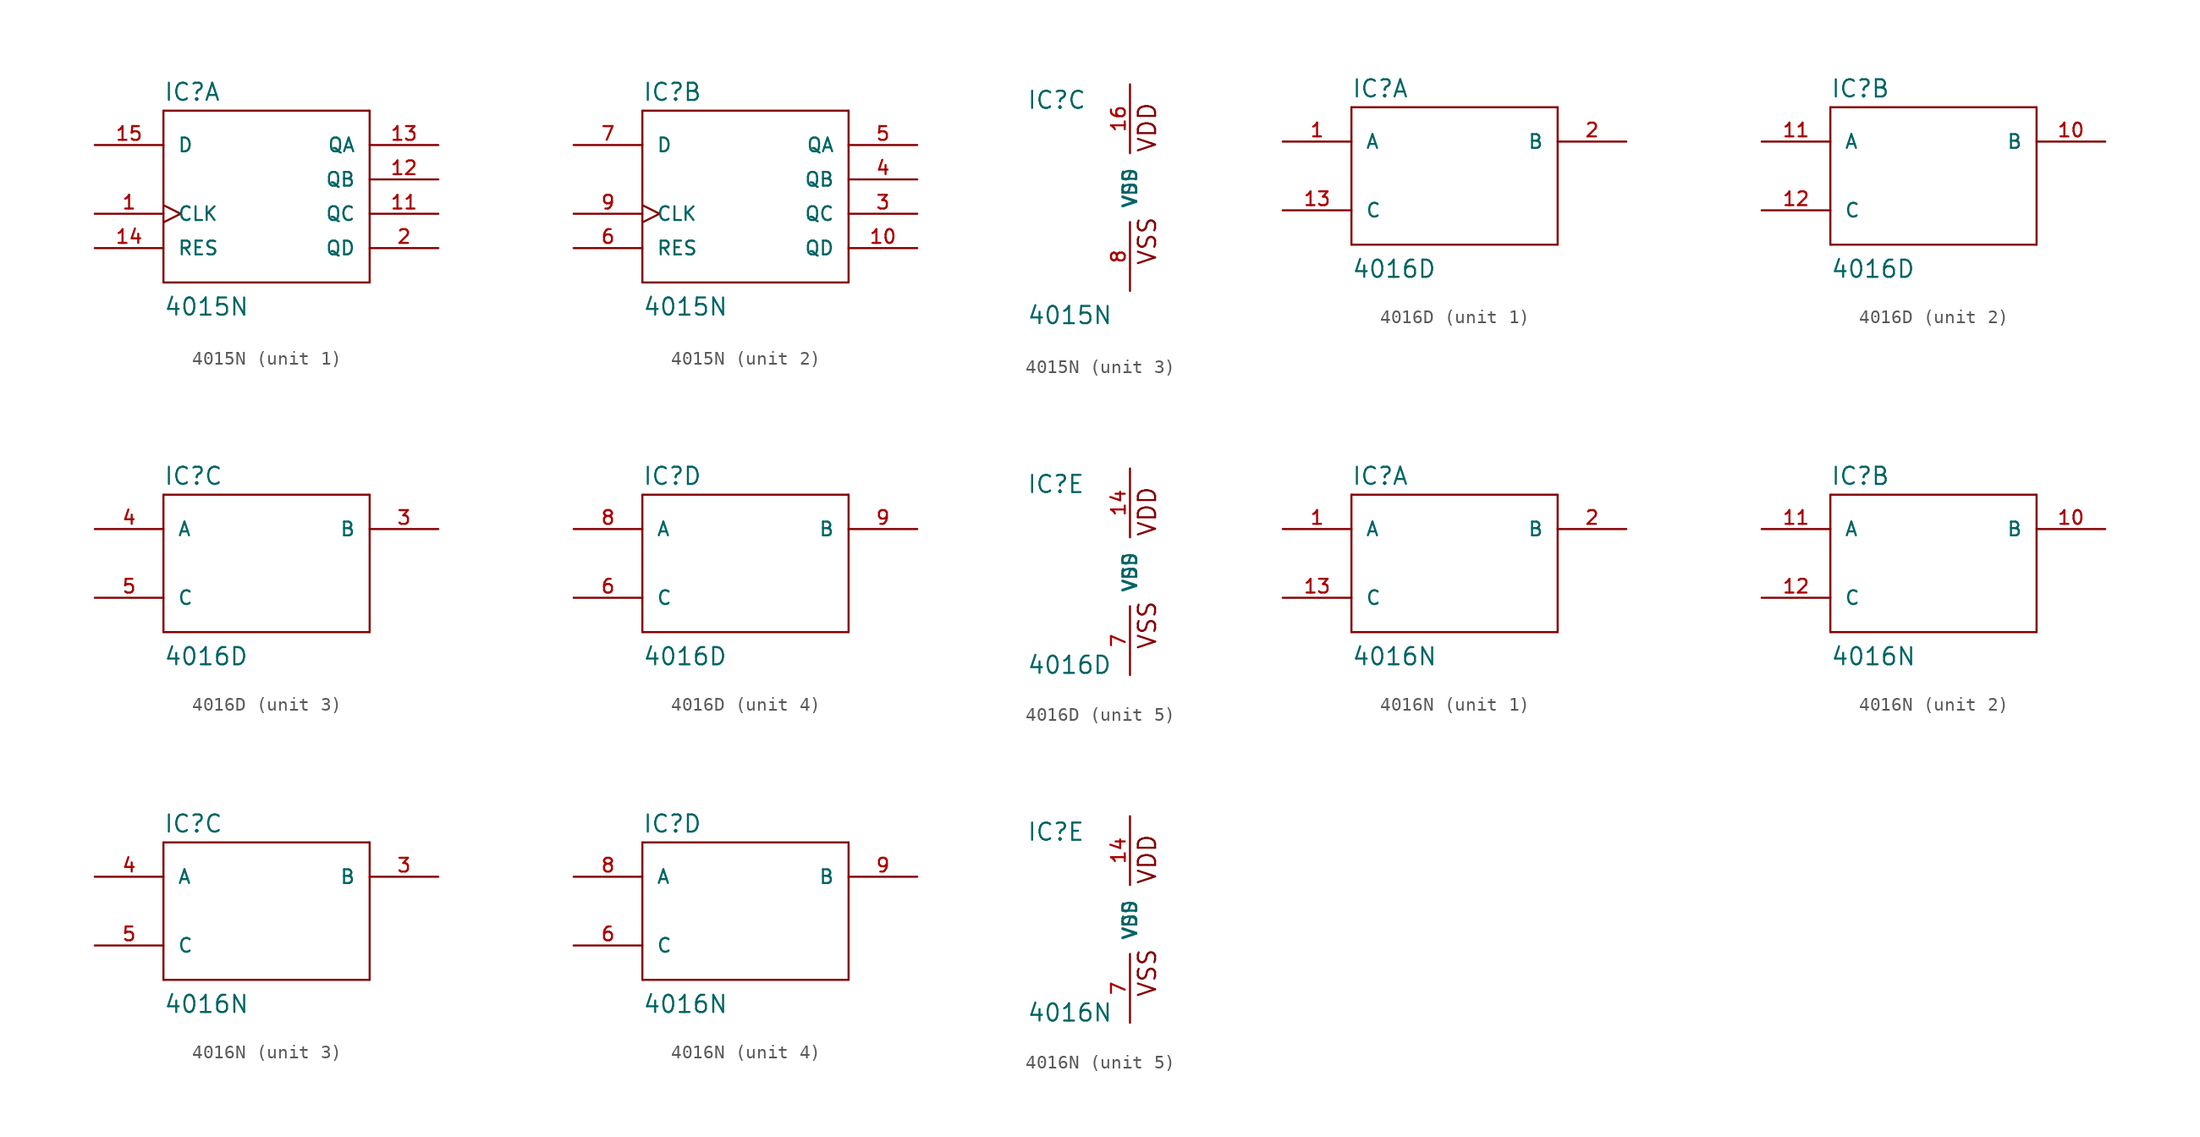
<source format=kicad_sym>
(kicad_symbol_lib
  (version 20211014)
  (generator kicad_symbol_editor)
  (symbol "4015N"
    (pin_names
      (offset 1.016))
    (property "Reference" "IC"
      (at -7.62 5.715 0)
      (effects (font (size 1.27 1.27)) (justify left bottom)))
    (property "Value" "4015N"
      (at -7.62 -10.16 0)
      (effects (font (size 1.27 1.27)) (justify left bottom)))
    (property "ki_locked" ""
      (at 0 0 0)
      (effects (font (size 1.27 1.27))))
    (symbol "4015N_1_0"
      (polyline (pts (xy -7.62 -7.62) (xy 7.62 -7.62)) (stroke (width 0) (type default) (color 0 0 0 0)) (fill (type none)))
      (polyline (pts (xy -7.62 5.08) (xy -7.62 -7.62)) (stroke (width 0) (type default) (color 0 0 0 0)) (fill (type none)))
      (polyline (pts (xy 7.62 -7.62) (xy 7.62 5.08)) (stroke (width 0) (type default) (color 0 0 0 0)) (fill (type none)))
      (polyline (pts (xy 7.62 5.08) (xy -7.62 5.08)) (stroke (width 0) (type default) (color 0 0 0 0)) (fill (type none))))
    (symbol "4015N_1_1"
      (pin input clock (at -12.7 -2.54 0) (length 5.08) (name "CLK" (effects (font (size 1.016 1.016)))) (number "1" (effects (font (size 1.016 1.016)))))
      (pin output line (at 12.7 -2.54 180) (length 5.08) (name "QC" (effects (font (size 1.016 1.016)))) (number "11" (effects (font (size 1.016 1.016)))))
      (pin output line (at 12.7 0 180) (length 5.08) (name "QB" (effects (font (size 1.016 1.016)))) (number "12" (effects (font (size 1.016 1.016)))))
      (pin output line (at 12.7 2.54 180) (length 5.08) (name "QA" (effects (font (size 1.016 1.016)))) (number "13" (effects (font (size 1.016 1.016)))))
      (pin input line (at -12.7 -5.08 0) (length 5.08) (name "RES" (effects (font (size 1.016 1.016)))) (number "14" (effects (font (size 1.016 1.016)))))
      (pin input line (at -12.7 2.54 0) (length 5.08) (name "D" (effects (font (size 1.016 1.016)))) (number "15" (effects (font (size 1.016 1.016)))))
      (pin output line (at 12.7 -5.08 180) (length 5.08) (name "QD" (effects (font (size 1.016 1.016)))) (number "2" (effects (font (size 1.016 1.016))))))
    (symbol "4015N_2_0"
      (polyline (pts (xy -7.62 -7.62) (xy 7.62 -7.62)) (stroke (width 0) (type default) (color 0 0 0 0)) (fill (type none)))
      (polyline (pts (xy -7.62 5.08) (xy -7.62 -7.62)) (stroke (width 0) (type default) (color 0 0 0 0)) (fill (type none)))
      (polyline (pts (xy 7.62 -7.62) (xy 7.62 5.08)) (stroke (width 0) (type default) (color 0 0 0 0)) (fill (type none)))
      (polyline (pts (xy 7.62 5.08) (xy -7.62 5.08)) (stroke (width 0) (type default) (color 0 0 0 0)) (fill (type none))))
    (symbol "4015N_2_1"
      (pin output line (at 12.7 -5.08 180) (length 5.08) (name "QD" (effects (font (size 1.016 1.016)))) (number "10" (effects (font (size 1.016 1.016)))))
      (pin output line (at 12.7 -2.54 180) (length 5.08) (name "QC" (effects (font (size 1.016 1.016)))) (number "3" (effects (font (size 1.016 1.016)))))
      (pin output line (at 12.7 0 180) (length 5.08) (name "QB" (effects (font (size 1.016 1.016)))) (number "4" (effects (font (size 1.016 1.016)))))
      (pin output line (at 12.7 2.54 180) (length 5.08) (name "QA" (effects (font (size 1.016 1.016)))) (number "5" (effects (font (size 1.016 1.016)))))
      (pin input line (at -12.7 -5.08 0) (length 5.08) (name "RES" (effects (font (size 1.016 1.016)))) (number "6" (effects (font (size 1.016 1.016)))))
      (pin input line (at -12.7 2.54 0) (length 5.08) (name "D" (effects (font (size 1.016 1.016)))) (number "7" (effects (font (size 1.016 1.016)))))
      (pin input clock (at -12.7 -2.54 0) (length 5.08) (name "CLK" (effects (font (size 1.016 1.016)))) (number "9" (effects (font (size 1.016 1.016))))))
    (symbol "4015N_3_0"
      (text "VDD" (at 1.27 4.445 1) (effects (font (size 1.27 1.27))))
      (text "VSS" (at 1.27 -3.937 1) (effects (font (size 1.27 1.27)))))
    (symbol "4015N_3_1"
      (pin power_in line (at 0 7.62 270) (length 5.08) (name "VDD" (effects (font (size 1.016 1.016)))) (number "16" (effects (font (size 1.016 1.016)))))
      (pin power_in line (at 0 -7.62 90) (length 5.08) (name "VSS" (effects (font (size 1.016 1.016)))) (number "8" (effects (font (size 1.016 1.016)))))))
  (symbol "4016D"
    (pin_names
      (offset 1.016))
    (property "Reference" "IC"
      (at -7.62 5.715 0)
      (effects (font (size 1.27 1.27)) (justify left bottom)))
    (property "Value" "4016D"
      (at -7.62 -7.62 0)
      (effects (font (size 1.27 1.27)) (justify left bottom)))
    (property "ki_locked" ""
      (at 0 0 0)
      (effects (font (size 1.27 1.27))))
    (symbol "4016D_1_0"
      (polyline (pts (xy -7.62 -5.08) (xy 7.62 -5.08)) (stroke (width 0) (type default) (color 0 0 0 0)) (fill (type none)))
      (polyline (pts (xy -7.62 5.08) (xy -7.62 -5.08)) (stroke (width 0) (type default) (color 0 0 0 0)) (fill (type none)))
      (polyline (pts (xy 7.62 -5.08) (xy 7.62 5.08)) (stroke (width 0) (type default) (color 0 0 0 0)) (fill (type none)))
      (polyline (pts (xy 7.62 5.08) (xy -7.62 5.08)) (stroke (width 0) (type default) (color 0 0 0 0)) (fill (type none))))
    (symbol "4016D_1_1"
      (pin tri_state line (at -12.7 2.54 0) (length 5.08) (name "A" (effects (font (size 1.016 1.016)))) (number "1" (effects (font (size 1.016 1.016)))))
      (pin input line (at -12.7 -2.54 0) (length 5.08) (name "C" (effects (font (size 1.016 1.016)))) (number "13" (effects (font (size 1.016 1.016)))))
      (pin tri_state line (at 12.7 2.54 180) (length 5.08) (name "B" (effects (font (size 1.016 1.016)))) (number "2" (effects (font (size 1.016 1.016))))))
    (symbol "4016D_2_0"
      (polyline (pts (xy -7.62 -5.08) (xy 7.62 -5.08)) (stroke (width 0) (type default) (color 0 0 0 0)) (fill (type none)))
      (polyline (pts (xy -7.62 5.08) (xy -7.62 -5.08)) (stroke (width 0) (type default) (color 0 0 0 0)) (fill (type none)))
      (polyline (pts (xy 7.62 -5.08) (xy 7.62 5.08)) (stroke (width 0) (type default) (color 0 0 0 0)) (fill (type none)))
      (polyline (pts (xy 7.62 5.08) (xy -7.62 5.08)) (stroke (width 0) (type default) (color 0 0 0 0)) (fill (type none))))
    (symbol "4016D_2_1"
      (pin tri_state line (at 12.7 2.54 180) (length 5.08) (name "B" (effects (font (size 1.016 1.016)))) (number "10" (effects (font (size 1.016 1.016)))))
      (pin tri_state line (at -12.7 2.54 0) (length 5.08) (name "A" (effects (font (size 1.016 1.016)))) (number "11" (effects (font (size 1.016 1.016)))))
      (pin input line (at -12.7 -2.54 0) (length 5.08) (name "C" (effects (font (size 1.016 1.016)))) (number "12" (effects (font (size 1.016 1.016))))))
    (symbol "4016D_3_0"
      (polyline (pts (xy -7.62 -5.08) (xy 7.62 -5.08)) (stroke (width 0) (type default) (color 0 0 0 0)) (fill (type none)))
      (polyline (pts (xy -7.62 5.08) (xy -7.62 -5.08)) (stroke (width 0) (type default) (color 0 0 0 0)) (fill (type none)))
      (polyline (pts (xy 7.62 -5.08) (xy 7.62 5.08)) (stroke (width 0) (type default) (color 0 0 0 0)) (fill (type none)))
      (polyline (pts (xy 7.62 5.08) (xy -7.62 5.08)) (stroke (width 0) (type default) (color 0 0 0 0)) (fill (type none))))
    (symbol "4016D_3_1"
      (pin tri_state line (at 12.7 2.54 180) (length 5.08) (name "B" (effects (font (size 1.016 1.016)))) (number "3" (effects (font (size 1.016 1.016)))))
      (pin tri_state line (at -12.7 2.54 0) (length 5.08) (name "A" (effects (font (size 1.016 1.016)))) (number "4" (effects (font (size 1.016 1.016)))))
      (pin input line (at -12.7 -2.54 0) (length 5.08) (name "C" (effects (font (size 1.016 1.016)))) (number "5" (effects (font (size 1.016 1.016))))))
    (symbol "4016D_4_0"
      (polyline (pts (xy -7.62 -5.08) (xy 7.62 -5.08)) (stroke (width 0) (type default) (color 0 0 0 0)) (fill (type none)))
      (polyline (pts (xy -7.62 5.08) (xy -7.62 -5.08)) (stroke (width 0) (type default) (color 0 0 0 0)) (fill (type none)))
      (polyline (pts (xy 7.62 -5.08) (xy 7.62 5.08)) (stroke (width 0) (type default) (color 0 0 0 0)) (fill (type none)))
      (polyline (pts (xy 7.62 5.08) (xy -7.62 5.08)) (stroke (width 0) (type default) (color 0 0 0 0)) (fill (type none))))
    (symbol "4016D_4_1"
      (pin input line (at -12.7 -2.54 0) (length 5.08) (name "C" (effects (font (size 1.016 1.016)))) (number "6" (effects (font (size 1.016 1.016)))))
      (pin tri_state line (at -12.7 2.54 0) (length 5.08) (name "A" (effects (font (size 1.016 1.016)))) (number "8" (effects (font (size 1.016 1.016)))))
      (pin tri_state line (at 12.7 2.54 180) (length 5.08) (name "B" (effects (font (size 1.016 1.016)))) (number "9" (effects (font (size 1.016 1.016))))))
    (symbol "4016D_5_0"
      (text "VDD" (at 1.27 4.445 1) (effects (font (size 1.27 1.27))))
      (text "VSS" (at 1.27 -3.937 1) (effects (font (size 1.27 1.27)))))
    (symbol "4016D_5_1"
      (pin power_in line (at 0 7.62 270) (length 5.08) (name "VDD" (effects (font (size 1.016 1.016)))) (number "14" (effects (font (size 1.016 1.016)))))
      (pin power_in line (at 0 -7.62 90) (length 5.08) (name "VSS" (effects (font (size 1.016 1.016)))) (number "7" (effects (font (size 1.016 1.016)))))))
  (symbol "4016N"
    (pin_names
      (offset 1.016))
    (property "Reference" "IC"
      (at -7.62 5.715 0)
      (effects (font (size 1.27 1.27)) (justify left bottom)))
    (property "Value" "4016N"
      (at -7.62 -7.62 0)
      (effects (font (size 1.27 1.27)) (justify left bottom)))
    (property "ki_locked" ""
      (at 0 0 0)
      (effects (font (size 1.27 1.27))))
    (symbol "4016N_1_0"
      (polyline (pts (xy -7.62 -5.08) (xy 7.62 -5.08)) (stroke (width 0) (type default) (color 0 0 0 0)) (fill (type none)))
      (polyline (pts (xy -7.62 5.08) (xy -7.62 -5.08)) (stroke (width 0) (type default) (color 0 0 0 0)) (fill (type none)))
      (polyline (pts (xy 7.62 -5.08) (xy 7.62 5.08)) (stroke (width 0) (type default) (color 0 0 0 0)) (fill (type none)))
      (polyline (pts (xy 7.62 5.08) (xy -7.62 5.08)) (stroke (width 0) (type default) (color 0 0 0 0)) (fill (type none))))
    (symbol "4016N_1_1"
      (pin tri_state line (at -12.7 2.54 0) (length 5.08) (name "A" (effects (font (size 1.016 1.016)))) (number "1" (effects (font (size 1.016 1.016)))))
      (pin input line (at -12.7 -2.54 0) (length 5.08) (name "C" (effects (font (size 1.016 1.016)))) (number "13" (effects (font (size 1.016 1.016)))))
      (pin tri_state line (at 12.7 2.54 180) (length 5.08) (name "B" (effects (font (size 1.016 1.016)))) (number "2" (effects (font (size 1.016 1.016))))))
    (symbol "4016N_2_0"
      (polyline (pts (xy -7.62 -5.08) (xy 7.62 -5.08)) (stroke (width 0) (type default) (color 0 0 0 0)) (fill (type none)))
      (polyline (pts (xy -7.62 5.08) (xy -7.62 -5.08)) (stroke (width 0) (type default) (color 0 0 0 0)) (fill (type none)))
      (polyline (pts (xy 7.62 -5.08) (xy 7.62 5.08)) (stroke (width 0) (type default) (color 0 0 0 0)) (fill (type none)))
      (polyline (pts (xy 7.62 5.08) (xy -7.62 5.08)) (stroke (width 0) (type default) (color 0 0 0 0)) (fill (type none))))
    (symbol "4016N_2_1"
      (pin tri_state line (at 12.7 2.54 180) (length 5.08) (name "B" (effects (font (size 1.016 1.016)))) (number "10" (effects (font (size 1.016 1.016)))))
      (pin tri_state line (at -12.7 2.54 0) (length 5.08) (name "A" (effects (font (size 1.016 1.016)))) (number "11" (effects (font (size 1.016 1.016)))))
      (pin input line (at -12.7 -2.54 0) (length 5.08) (name "C" (effects (font (size 1.016 1.016)))) (number "12" (effects (font (size 1.016 1.016))))))
    (symbol "4016N_3_0"
      (polyline (pts (xy -7.62 -5.08) (xy 7.62 -5.08)) (stroke (width 0) (type default) (color 0 0 0 0)) (fill (type none)))
      (polyline (pts (xy -7.62 5.08) (xy -7.62 -5.08)) (stroke (width 0) (type default) (color 0 0 0 0)) (fill (type none)))
      (polyline (pts (xy 7.62 -5.08) (xy 7.62 5.08)) (stroke (width 0) (type default) (color 0 0 0 0)) (fill (type none)))
      (polyline (pts (xy 7.62 5.08) (xy -7.62 5.08)) (stroke (width 0) (type default) (color 0 0 0 0)) (fill (type none))))
    (symbol "4016N_3_1"
      (pin tri_state line (at 12.7 2.54 180) (length 5.08) (name "B" (effects (font (size 1.016 1.016)))) (number "3" (effects (font (size 1.016 1.016)))))
      (pin tri_state line (at -12.7 2.54 0) (length 5.08) (name "A" (effects (font (size 1.016 1.016)))) (number "4" (effects (font (size 1.016 1.016)))))
      (pin input line (at -12.7 -2.54 0) (length 5.08) (name "C" (effects (font (size 1.016 1.016)))) (number "5" (effects (font (size 1.016 1.016))))))
    (symbol "4016N_4_0"
      (polyline (pts (xy -7.62 -5.08) (xy 7.62 -5.08)) (stroke (width 0) (type default) (color 0 0 0 0)) (fill (type none)))
      (polyline (pts (xy -7.62 5.08) (xy -7.62 -5.08)) (stroke (width 0) (type default) (color 0 0 0 0)) (fill (type none)))
      (polyline (pts (xy 7.62 -5.08) (xy 7.62 5.08)) (stroke (width 0) (type default) (color 0 0 0 0)) (fill (type none)))
      (polyline (pts (xy 7.62 5.08) (xy -7.62 5.08)) (stroke (width 0) (type default) (color 0 0 0 0)) (fill (type none))))
    (symbol "4016N_4_1"
      (pin input line (at -12.7 -2.54 0) (length 5.08) (name "C" (effects (font (size 1.016 1.016)))) (number "6" (effects (font (size 1.016 1.016)))))
      (pin tri_state line (at -12.7 2.54 0) (length 5.08) (name "A" (effects (font (size 1.016 1.016)))) (number "8" (effects (font (size 1.016 1.016)))))
      (pin tri_state line (at 12.7 2.54 180) (length 5.08) (name "B" (effects (font (size 1.016 1.016)))) (number "9" (effects (font (size 1.016 1.016))))))
    (symbol "4016N_5_0"
      (text "VDD" (at 1.27 4.445 1) (effects (font (size 1.27 1.27))))
      (text "VSS" (at 1.27 -3.937 1) (effects (font (size 1.27 1.27)))))
    (symbol "4016N_5_1"
      (pin power_in line (at 0 7.62 270) (length 5.08) (name "VDD" (effects (font (size 1.016 1.016)))) (number "14" (effects (font (size 1.016 1.016)))))
      (pin power_in line (at 0 -7.62 90) (length 5.08) (name "VSS" (effects (font (size 1.016 1.016)))) (number "7" (effects (font (size 1.016 1.016))))))))
</source>
